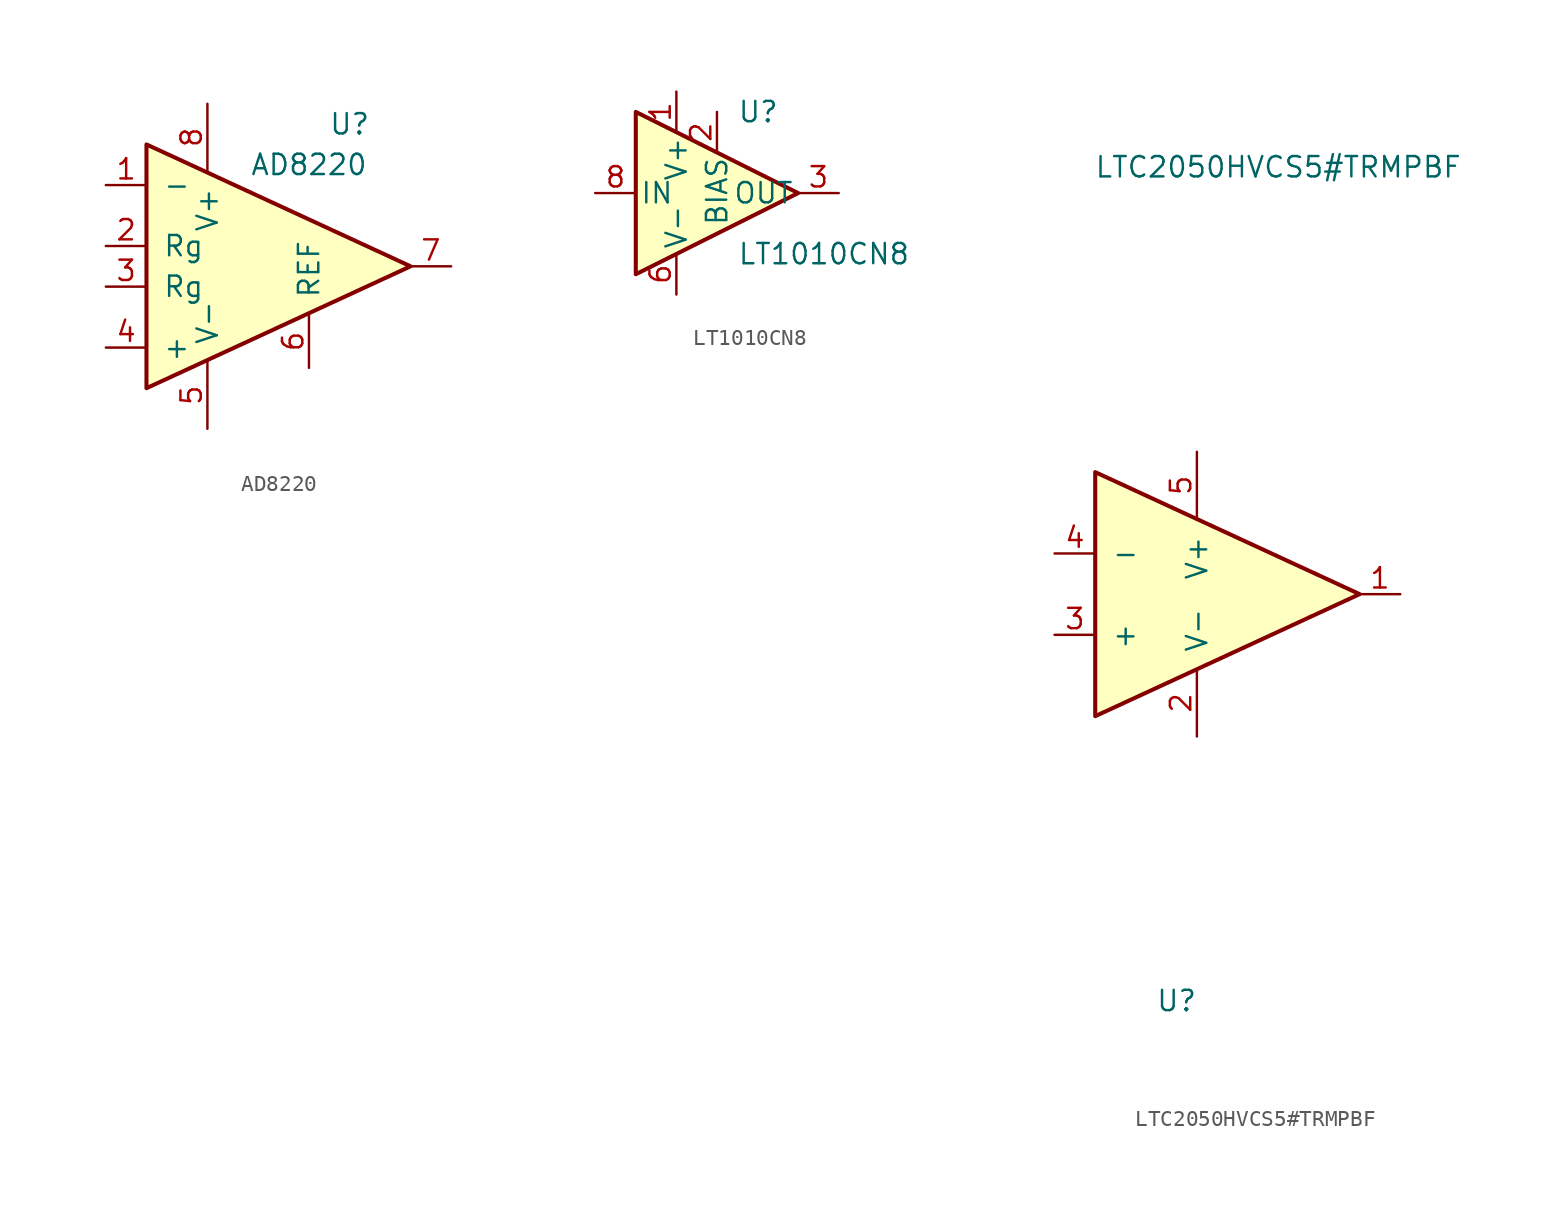
<source format=kicad_sym>
(kicad_symbol_lib
  (version 20211014)
  (generator kicad_symbol_editor)
  (symbol "AD8220"
    (pin_names
      (offset 1.016))
    (property "Reference" "U"
      (at 8.89 8.89 0)
      (effects (font (size 1.27 1.27))))
    (property "Value" "AD8220"
      (at 6.35 6.35 0)
      (effects (font (size 1.27 1.27))))
    (symbol "AD8220_1_1"
      (polyline (pts (xy 12.7 0) (xy -3.81 7.62) (xy -3.81 -7.62) (xy 12.7 0)) (stroke (width 0.254) (type default) (color 0 0 0 0)) (fill (type background)))
      (pin input line (at -6.35 5.08 0) (length 2.54) (name "-" (effects (font (size 1.27 1.27)))) (number "1" (effects (font (size 1.27 1.27)))))
      (pin passive line (at -6.35 1.27 0) (length 2.54) (name "Rg" (effects (font (size 1.27 1.27)))) (number "2" (effects (font (size 1.27 1.27)))))
      (pin passive line (at -6.35 -1.27 0) (length 2.54) (name "Rg" (effects (font (size 1.27 1.27)))) (number "3" (effects (font (size 1.27 1.27)))))
      (pin input line (at -6.35 -5.08 0) (length 2.54) (name "+" (effects (font (size 1.27 1.27)))) (number "4" (effects (font (size 1.27 1.27)))))
      (pin power_in line (at 0 -10.16 90) (length 4.191) (name "V-" (effects (font (size 1.27 1.27)))) (number "5" (effects (font (size 1.27 1.27)))))
      (pin output line (at 6.35 -6.35 90) (length 3.302) (name "REF" (effects (font (size 1.27 1.27)))) (number "6" (effects (font (size 1.27 1.27)))))
      (pin output line (at 15.24 0 180) (length 2.54) (name "~" (effects (font (size 1.27 1.27)))) (number "7" (effects (font (size 1.27 1.27)))))
      (pin power_in line (at 0 10.16 270) (length 4.191) (name "V+" (effects (font (size 1.27 1.27)))) (number "8" (effects (font (size 1.27 1.27)))))))
  (symbol "LT1010CN8"
    (pin_names
      (offset 0.254))
    (property "Reference" "U"
      (at 1.27 5.08 0)
      (effects (font (size 1.27 1.27)) (justify left)))
    (property "Value" "LT1010CN8"
      (at 1.27 -3.81 0)
      (effects (font (size 1.27 1.27)) (justify left)))
    (symbol "LT1010CN8_0_0"
      (pin power_in line (at -2.54 -6.35 90) (length 2.54) (name "V-" (effects (font (size 1.27 1.27)))) (number "6" (effects (font (size 1.27 1.27)))))
      (pin no_connect line (at 2.54 5.08 270) (length 2.54) hide (name "~" (effects (font (size 1.27 1.27)))) (number "7" (effects (font (size 1.27 1.27)))))
      (pin input line (at -7.62 0 0) (length 2.54) (name "IN" (effects (font (size 1.27 1.27)))) (number "8" (effects (font (size 1.27 1.27))))))
    (symbol "LT1010CN8_0_1"
      (polyline (pts (xy 5.08 0) (xy -5.08 5.08) (xy -5.08 -5.08) (xy 5.08 0)) (stroke (width 0.254) (type default) (color 0 0 0 0)) (fill (type background))))
    (symbol "LT1010CN8_1_1"
      (pin power_in line (at -2.54 6.35 270) (length 2.54) (name "V+" (effects (font (size 1.27 1.27)))) (number "1" (effects (font (size 1.27 1.27)))))
      (pin input line (at 0 5.08 270) (length 2.54) (name "BIAS" (effects (font (size 1.27 1.27)))) (number "2" (effects (font (size 1.27 1.27)))))
      (pin output line (at 7.62 0 180) (length 2.54) (name "OUT" (effects (font (size 1.27 1.27)))) (number "3" (effects (font (size 1.27 1.27)))))
      (pin no_connect line (at 0 6.35 270) (length 3.81) hide (name "~" (effects (font (size 1.27 1.27)))) (number "4" (effects (font (size 1.27 1.27)))))
      (pin no_connect line (at 1.27 6.35 270) (length 3.81) hide (name "~" (effects (font (size 1.27 1.27)))) (number "5" (effects (font (size 1.27 1.27)))))))
  (symbol "LTC2050HVCS5#TRMPBF"
    (pin_names
      (offset 1.016))
    (property "Reference" "U"
      (at 0 -25.4 0)
      (effects (font (size 1.27 1.27))))
    (property "Value" "LTC2050HVCS5#TRMPBF"
      (at 6.35 26.67 0)
      (effects (font (size 1.27 1.27))))
    (symbol "LTC2050HVCS5#TRMPBF_1_1"
      (polyline (pts (xy 11.43 0) (xy -5.08 7.62) (xy -5.08 -7.62) (xy 11.43 0)) (stroke (width 0.254) (type default) (color 0 0 0 0)) (fill (type background)))
      (pin output line (at 13.97 0 180) (length 2.54) (name "~" (effects (font (size 1.27 1.27)))) (number "1" (effects (font (size 1.27 1.27)))))
      (pin power_in line (at 1.27 -8.89 90) (length 4.191) (name "V-" (effects (font (size 1.27 1.27)))) (number "2" (effects (font (size 1.27 1.27)))))
      (pin input line (at -7.62 -2.54 0) (length 2.54) (name "+" (effects (font (size 1.27 1.27)))) (number "3" (effects (font (size 1.27 1.27)))))
      (pin input line (at -7.62 2.54 0) (length 2.54) (name "-" (effects (font (size 1.27 1.27)))) (number "4" (effects (font (size 1.27 1.27)))))
      (pin power_in line (at 1.27 8.89 270) (length 4.191) (name "V+" (effects (font (size 1.27 1.27)))) (number "5" (effects (font (size 1.27 1.27))))))))
</source>
